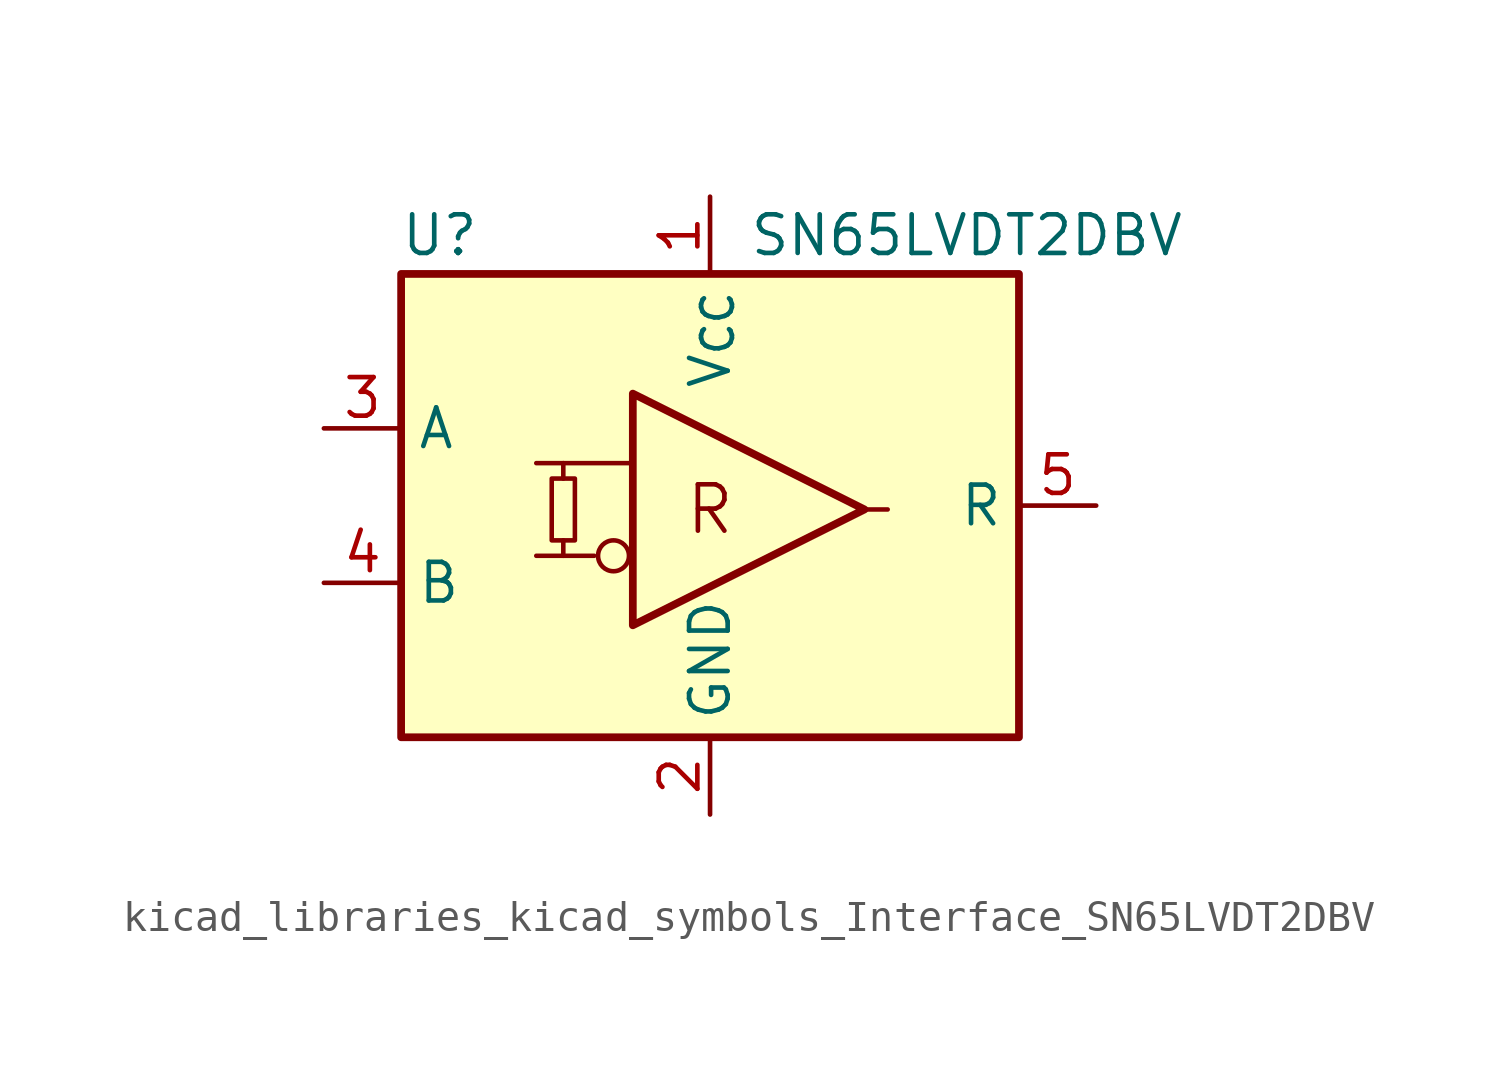
<source format=kicad_sym>
(kicad_symbol_lib
  (version 20220914)
  (generator kicad_symbol_editor)
  (symbol "kicad_libraries_kicad_symbols_Interface_SN65LVDT2DBV"
    (property "Reference" "U"
      (at -8.89 8.89 0)
      (effects (font (size 1.27 1.27))))
    (property "Value" "SN65LVDT2DBV"
      (at 1.27 8.89 0)
      (effects (font (size 1.27 1.27)) (justify left)))
    (symbol "kicad_libraries_kicad_symbols_Interface_SN65LVDT2DBV_0_1"
      (rectangle (start -5.207 0.889) (end -4.445 -1.143) (stroke (width 0.15) (type default) (color 0 0 0 0)) (fill (type background)))
      (polyline (pts (xy -4.826 -1.143) (xy -4.826 -1.651)) (stroke (width 0.15) (type default) (color 0 0 0 0)) (fill (type none)))
      (polyline (pts (xy -4.826 1.397) (xy -4.826 0.889)) (stroke (width 0.15) (type default) (color 0 0 0 0)) (fill (type none))))
    (symbol "kicad_libraries_kicad_symbols_Interface_SN65LVDT2DBV_1_0"
      (rectangle (start -10.16 7.62) (end 10.16 -7.62) (stroke (width 0.254) (type default) (color 0 0 0 0)) (fill (type background)))
      (circle (center -3.175 -1.651) (radius 0.508) (stroke (width 0.15) (type default) (color 0 0 0 0)) (fill (type none)))
      (text "R" (at 0 -0.127 0) (effects (font (size 1.524 1.524)))))
    (symbol "kicad_libraries_kicad_symbols_Interface_SN65LVDT2DBV_1_1"
      (polyline (pts (xy -5.715 -1.651) (xy -3.81 -1.651)) (stroke (width 0.15) (type default) (color 0 0 0 0)) (fill (type none)))
      (polyline (pts (xy -5.715 1.397) (xy -2.667 1.397)) (stroke (width 0.15) (type default) (color 0 0 0 0)) (fill (type none)))
      (polyline (pts (xy 5.842 -0.127) (xy 5.08 -0.127)) (stroke (width 0.15) (type default) (color 0 0 0 0)) (fill (type none)))
      (polyline (pts (xy -2.54 -3.937) (xy -2.54 3.683) (xy 5.08 -0.127) (xy -2.54 -3.937)) (stroke (width 0.254) (type default) (color 0 0 0 0)) (fill (type none)))
      (pin power_in line (at 0 10.16 270) (length 2.54) (name "V_{CC}" (effects (font (size 1.27 1.27)))) (number "1" (effects (font (size 1.27 1.27)))))
      (pin power_in line (at 0 -10.16 90) (length 2.54) (name "GND" (effects (font (size 1.27 1.27)))) (number "2" (effects (font (size 1.27 1.27)))))
      (pin input line (at -12.7 2.54 0) (length 2.54) (name "A" (effects (font (size 1.27 1.27)))) (number "3" (effects (font (size 1.27 1.27)))))
      (pin input line (at -12.7 -2.54 0) (length 2.54) (name "B" (effects (font (size 1.27 1.27)))) (number "4" (effects (font (size 1.27 1.27)))))
      (pin output line (at 12.7 0 180) (length 2.54) (name "R" (effects (font (size 1.27 1.27)))) (number "5" (effects (font (size 1.27 1.27))))))))
</source>
